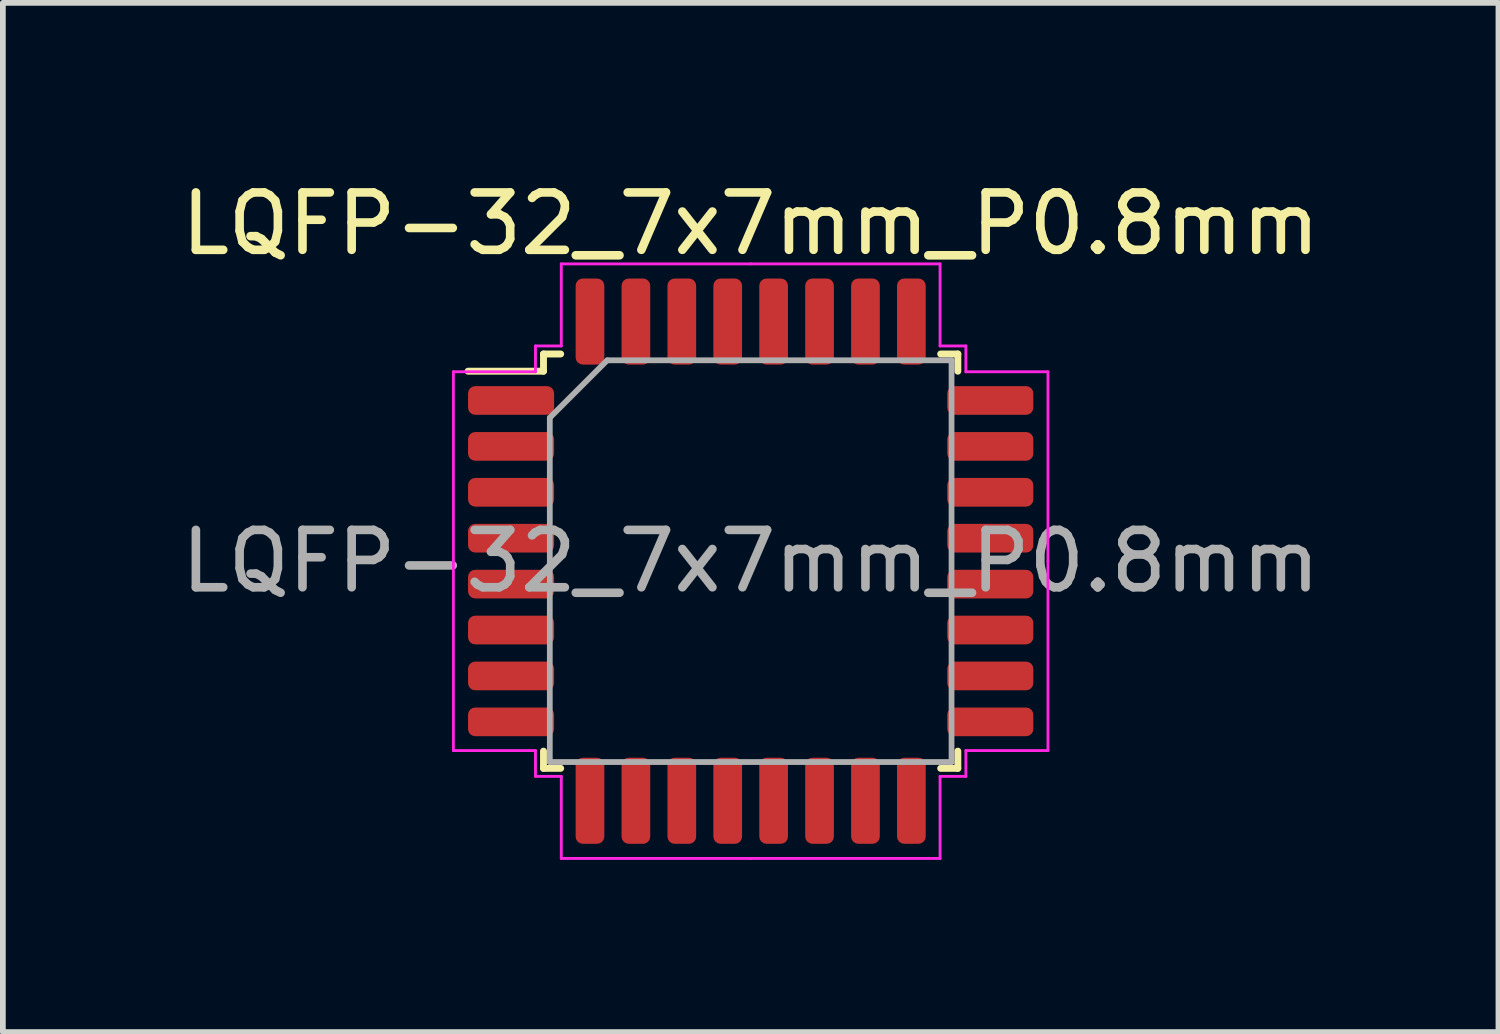
<source format=kicad_pcb>
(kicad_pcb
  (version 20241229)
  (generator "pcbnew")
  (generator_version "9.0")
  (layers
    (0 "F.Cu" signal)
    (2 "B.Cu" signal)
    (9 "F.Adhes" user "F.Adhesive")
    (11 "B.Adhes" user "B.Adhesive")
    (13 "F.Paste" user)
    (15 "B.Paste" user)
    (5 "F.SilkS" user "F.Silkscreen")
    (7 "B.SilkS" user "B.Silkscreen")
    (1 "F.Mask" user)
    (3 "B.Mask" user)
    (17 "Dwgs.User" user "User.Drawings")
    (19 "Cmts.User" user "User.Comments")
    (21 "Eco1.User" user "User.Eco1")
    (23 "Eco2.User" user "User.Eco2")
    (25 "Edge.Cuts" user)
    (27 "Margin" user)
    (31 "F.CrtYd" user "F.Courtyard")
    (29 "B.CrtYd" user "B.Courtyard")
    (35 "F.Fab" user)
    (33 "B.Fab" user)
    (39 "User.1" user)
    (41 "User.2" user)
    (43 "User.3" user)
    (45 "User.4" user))
  (footprint "LQFP-32_7x7mm_P0.8mm"
    (layer "F.Cu")
    (at 10.03 6.728)
    (property "Reference" "LQFP-32_7x7mm_P0.8mm" (at 0 -5.88 0) (layer "F.SilkS") (effects (font (size 1 1) (thickness 0.15))))
    (attr smd)
    (fp_line (start -3.61 -3.61) (end -3.61 -3.31) (stroke (width 0.12) (type solid)) (layer "F.SilkS"))
    (fp_line (start -3.61 -3.31) (end -4.925 -3.31) (stroke (width 0.12) (type solid)) (layer "F.SilkS"))
    (fp_line (start -3.61 3.61) (end -3.61 3.31) (stroke (width 0.12) (type solid)) (layer "F.SilkS"))
    (fp_line (start -3.31 -3.61) (end -3.61 -3.61) (stroke (width 0.12) (type solid)) (layer "F.SilkS"))
    (fp_line (start -3.31 3.61) (end -3.61 3.61) (stroke (width 0.12) (type solid)) (layer "F.SilkS"))
    (fp_line (start 3.31 -3.61) (end 3.61 -3.61) (stroke (width 0.12) (type solid)) (layer "F.SilkS"))
    (fp_line (start 3.31 3.61) (end 3.61 3.61) (stroke (width 0.12) (type solid)) (layer "F.SilkS"))
    (fp_line (start 3.61 -3.61) (end 3.61 -3.31) (stroke (width 0.12) (type solid)) (layer "F.SilkS"))
    (fp_line (start 3.61 3.61) (end 3.61 3.31) (stroke (width 0.12) (type solid)) (layer "F.SilkS"))
    (fp_line (start -5.18 -3.3) (end -5.18 0) (stroke (width 0.05) (type solid)) (layer "F.CrtYd"))
    (fp_line (start -5.18 3.3) (end -5.18 0) (stroke (width 0.05) (type solid)) (layer "F.CrtYd"))
    (fp_line (start -3.75 -3.75) (end -3.75 -3.3) (stroke (width 0.05) (type solid)) (layer "F.CrtYd"))
    (fp_line (start -3.75 -3.3) (end -5.18 -3.3) (stroke (width 0.05) (type solid)) (layer "F.CrtYd"))
    (fp_line (start -3.75 3.3) (end -5.18 3.3) (stroke (width 0.05) (type solid)) (layer "F.CrtYd"))
    (fp_line (start -3.75 3.75) (end -3.75 3.3) (stroke (width 0.05) (type solid)) (layer "F.CrtYd"))
    (fp_line (start -3.3 -5.18) (end -3.3 -3.75) (stroke (width 0.05) (type solid)) (layer "F.CrtYd"))
    (fp_line (start -3.3 -3.75) (end -3.75 -3.75) (stroke (width 0.05) (type solid)) (layer "F.CrtYd"))
    (fp_line (start -3.3 3.75) (end -3.75 3.75) (stroke (width 0.05) (type solid)) (layer "F.CrtYd"))
    (fp_line (start -3.3 5.18) (end -3.3 3.75) (stroke (width 0.05) (type solid)) (layer "F.CrtYd"))
    (fp_line (start 0 -5.18) (end -3.3 -5.18) (stroke (width 0.05) (type solid)) (layer "F.CrtYd"))
    (fp_line (start 0 -5.18) (end 3.3 -5.18) (stroke (width 0.05) (type solid)) (layer "F.CrtYd"))
    (fp_line (start 0 5.18) (end -3.3 5.18) (stroke (width 0.05) (type solid)) (layer "F.CrtYd"))
    (fp_line (start 0 5.18) (end 3.3 5.18) (stroke (width 0.05) (type solid)) (layer "F.CrtYd"))
    (fp_line (start 3.3 -5.18) (end 3.3 -3.75) (stroke (width 0.05) (type solid)) (layer "F.CrtYd"))
    (fp_line (start 3.3 -3.75) (end 3.75 -3.75) (stroke (width 0.05) (type solid)) (layer "F.CrtYd"))
    (fp_line (start 3.3 3.75) (end 3.75 3.75) (stroke (width 0.05) (type solid)) (layer "F.CrtYd"))
    (fp_line (start 3.3 5.18) (end 3.3 3.75) (stroke (width 0.05) (type solid)) (layer "F.CrtYd"))
    (fp_line (start 3.75 -3.75) (end 3.75 -3.3) (stroke (width 0.05) (type solid)) (layer "F.CrtYd"))
    (fp_line (start 3.75 -3.3) (end 5.18 -3.3) (stroke (width 0.05) (type solid)) (layer "F.CrtYd"))
    (fp_line (start 3.75 3.3) (end 5.18 3.3) (stroke (width 0.05) (type solid)) (layer "F.CrtYd"))
    (fp_line (start 3.75 3.75) (end 3.75 3.3) (stroke (width 0.05) (type solid)) (layer "F.CrtYd"))
    (fp_line (start 5.18 -3.3) (end 5.18 0) (stroke (width 0.05) (type solid)) (layer "F.CrtYd"))
    (fp_line (start 5.18 3.3) (end 5.18 0) (stroke (width 0.05) (type solid)) (layer "F.CrtYd"))
    (fp_line (start -3.5 -2.5) (end -2.5 -3.5) (stroke (width 0.1) (type solid)) (layer "F.Fab"))
    (fp_line (start -3.5 3.5) (end -3.5 -2.5) (stroke (width 0.1) (type solid)) (layer "F.Fab"))
    (fp_line (start -2.5 -3.5) (end 3.5 -3.5) (stroke (width 0.1) (type solid)) (layer "F.Fab"))
    (fp_line (start 3.5 -3.5) (end 3.5 3.5) (stroke (width 0.1) (type solid)) (layer "F.Fab"))
    (fp_line (start 3.5 3.5) (end -3.5 3.5) (stroke (width 0.1) (type solid)) (layer "F.Fab"))
    (fp_text user "${REFERENCE}" (at 0 0 0) (layer "F.Fab") (effects (font (size 1 1) (thickness 0.15))))
    (pad "1" smd roundrect (at -4.175 -2.8) (size 1.5 0.5) (layers "F.Cu" "F.Mask" "F.Paste") (roundrect_rratio 0.25))
    (pad "2" smd roundrect (at -4.175 -2) (size 1.5 0.5) (layers "F.Cu" "F.Mask" "F.Paste") (roundrect_rratio 0.25))
    (pad "3" smd roundrect (at -4.175 -1.2) (size 1.5 0.5) (layers "F.Cu" "F.Mask" "F.Paste") (roundrect_rratio 0.25))
    (pad "4" smd roundrect (at -4.175 -0.4) (size 1.5 0.5) (layers "F.Cu" "F.Mask" "F.Paste") (roundrect_rratio 0.25))
    (pad "5" smd roundrect (at -4.175 0.4) (size 1.5 0.5) (layers "F.Cu" "F.Mask" "F.Paste") (roundrect_rratio 0.25))
    (pad "6" smd roundrect (at -4.175 1.2) (size 1.5 0.5) (layers "F.Cu" "F.Mask" "F.Paste") (roundrect_rratio 0.25))
    (pad "7" smd roundrect (at -4.175 2) (size 1.5 0.5) (layers "F.Cu" "F.Mask" "F.Paste") (roundrect_rratio 0.25))
    (pad "8" smd roundrect (at -4.175 2.8) (size 1.5 0.5) (layers "F.Cu" "F.Mask" "F.Paste") (roundrect_rratio 0.25))
    (pad "9" smd roundrect (at -2.8 4.175) (size 0.5 1.5) (layers "F.Cu" "F.Mask" "F.Paste") (roundrect_rratio 0.25))
    (pad "10" smd roundrect (at -2 4.175) (size 0.5 1.5) (layers "F.Cu" "F.Mask" "F.Paste") (roundrect_rratio 0.25))
    (pad "11" smd roundrect (at -1.2 4.175) (size 0.5 1.5) (layers "F.Cu" "F.Mask" "F.Paste") (roundrect_rratio 0.25))
    (pad "12" smd roundrect (at -0.4 4.175) (size 0.5 1.5) (layers "F.Cu" "F.Mask" "F.Paste") (roundrect_rratio 0.25))
    (pad "13" smd roundrect (at 0.4 4.175) (size 0.5 1.5) (layers "F.Cu" "F.Mask" "F.Paste") (roundrect_rratio 0.25))
    (pad "14" smd roundrect (at 1.2 4.175) (size 0.5 1.5) (layers "F.Cu" "F.Mask" "F.Paste") (roundrect_rratio 0.25))
    (pad "15" smd roundrect (at 2 4.175) (size 0.5 1.5) (layers "F.Cu" "F.Mask" "F.Paste") (roundrect_rratio 0.25))
    (pad "16" smd roundrect (at 2.8 4.175) (size 0.5 1.5) (layers "F.Cu" "F.Mask" "F.Paste") (roundrect_rratio 0.25))
    (pad "17" smd roundrect (at 4.175 2.8) (size 1.5 0.5) (layers "F.Cu" "F.Mask" "F.Paste") (roundrect_rratio 0.25))
    (pad "18" smd roundrect (at 4.175 2) (size 1.5 0.5) (layers "F.Cu" "F.Mask" "F.Paste") (roundrect_rratio 0.25))
    (pad "19" smd roundrect (at 4.175 1.2) (size 1.5 0.5) (layers "F.Cu" "F.Mask" "F.Paste") (roundrect_rratio 0.25))
    (pad "20" smd roundrect (at 4.175 0.4) (size 1.5 0.5) (layers "F.Cu" "F.Mask" "F.Paste") (roundrect_rratio 0.25))
    (pad "21" smd roundrect (at 4.175 -0.4) (size 1.5 0.5) (layers "F.Cu" "F.Mask" "F.Paste") (roundrect_rratio 0.25))
    (pad "22" smd roundrect (at 4.175 -1.2) (size 1.5 0.5) (layers "F.Cu" "F.Mask" "F.Paste") (roundrect_rratio 0.25))
    (pad "23" smd roundrect (at 4.175 -2) (size 1.5 0.5) (layers "F.Cu" "F.Mask" "F.Paste") (roundrect_rratio 0.25))
    (pad "24" smd roundrect (at 4.175 -2.8) (size 1.5 0.5) (layers "F.Cu" "F.Mask" "F.Paste") (roundrect_rratio 0.25))
    (pad "25" smd roundrect (at 2.8 -4.175) (size 0.5 1.5) (layers "F.Cu" "F.Mask" "F.Paste") (roundrect_rratio 0.25))
    (pad "26" smd roundrect (at 2 -4.175) (size 0.5 1.5) (layers "F.Cu" "F.Mask" "F.Paste") (roundrect_rratio 0.25))
    (pad "27" smd roundrect (at 1.2 -4.175) (size 0.5 1.5) (layers "F.Cu" "F.Mask" "F.Paste") (roundrect_rratio 0.25))
    (pad "28" smd roundrect (at 0.4 -4.175) (size 0.5 1.5) (layers "F.Cu" "F.Mask" "F.Paste") (roundrect_rratio 0.25))
    (pad "29" smd roundrect (at -0.4 -4.175) (size 0.5 1.5) (layers "F.Cu" "F.Mask" "F.Paste") (roundrect_rratio 0.25))
    (pad "30" smd roundrect (at -1.2 -4.175) (size 0.5 1.5) (layers "F.Cu" "F.Mask" "F.Paste") (roundrect_rratio 0.25))
    (pad "31" smd roundrect (at -2 -4.175) (size 0.5 1.5) (layers "F.Cu" "F.Mask" "F.Paste") (roundrect_rratio 0.25))
    (pad "32" smd roundrect (at -2.8 -4.175) (size 0.5 1.5) (layers "F.Cu" "F.Mask" "F.Paste") (roundrect_rratio 0.25)))
  (gr_rect
    (start -3 -3)
    (end 23.06 14.933)
    (stroke (width 0.1) (type default))
    (fill no)
    (layer "Edge.Cuts")))
</source>
